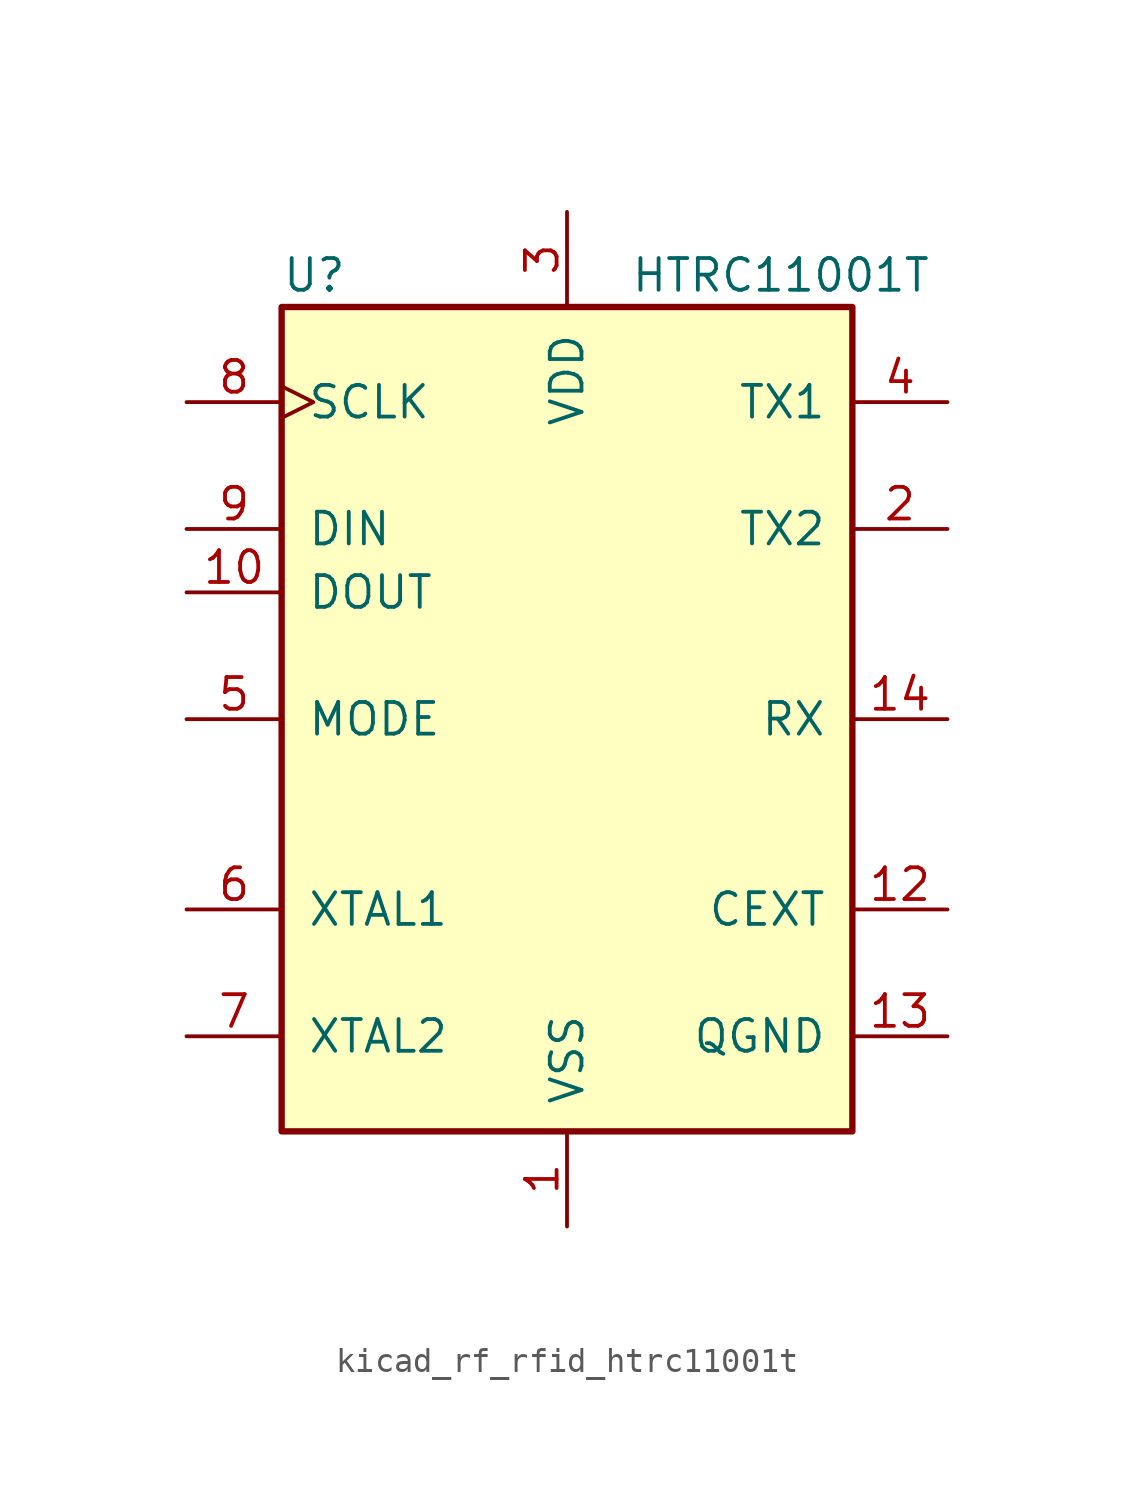
<source format=kicad_sym>
(kicad_symbol_lib
  (version 20220914)
  (generator kicad_symbol_editor)
  (symbol "kicad_rf_rfid_htrc11001t"
    (pin_names
      (offset 1.016))
    (property "Reference" "U"
      (at -11.43 17.78 0)
      (effects (font (size 1.27 1.27)) (justify left)))
    (property "Value" "HTRC11001T"
      (at 2.54 17.78 0)
      (effects (font (size 1.27 1.27)) (justify left)))
    (symbol "kicad_rf_rfid_htrc11001t_0_1"
      (rectangle (start -11.43 16.51) (end 11.43 -16.51) (stroke (width 0.254) (type default)) (fill (type background))))
    (symbol "kicad_rf_rfid_htrc11001t_1_1"
      (pin power_in line (at 0 -20.32 90) (length 3.81) (name "VSS" (effects (font (size 1.27 1.27)))) (number "1" (effects (font (size 1.27 1.27)))))
      (pin output line (at -15.24 5.08 0) (length 3.81) (name "DOUT" (effects (font (size 1.27 1.27)))) (number "10" (effects (font (size 1.27 1.27)))))
      (pin passive line (at 15.24 -7.62 180) (length 3.81) (name "CEXT" (effects (font (size 1.27 1.27)))) (number "12" (effects (font (size 1.27 1.27)))))
      (pin passive line (at 15.24 -12.7 180) (length 3.81) (name "QGND" (effects (font (size 1.27 1.27)))) (number "13" (effects (font (size 1.27 1.27)))))
      (pin input line (at 15.24 0 180) (length 3.81) (name "RX" (effects (font (size 1.27 1.27)))) (number "14" (effects (font (size 1.27 1.27)))))
      (pin output line (at 15.24 7.62 180) (length 3.81) (name "TX2" (effects (font (size 1.27 1.27)))) (number "2" (effects (font (size 1.27 1.27)))))
      (pin power_in line (at 0 20.32 270) (length 3.81) (name "VDD" (effects (font (size 1.27 1.27)))) (number "3" (effects (font (size 1.27 1.27)))))
      (pin output line (at 15.24 12.7 180) (length 3.81) (name "TX1" (effects (font (size 1.27 1.27)))) (number "4" (effects (font (size 1.27 1.27)))))
      (pin input line (at -15.24 0 0) (length 3.81) (name "MODE" (effects (font (size 1.27 1.27)))) (number "5" (effects (font (size 1.27 1.27)))))
      (pin input line (at -15.24 -7.62 0) (length 3.81) (name "XTAL1" (effects (font (size 1.27 1.27)))) (number "6" (effects (font (size 1.27 1.27)))))
      (pin output line (at -15.24 -12.7 0) (length 3.81) (name "XTAL2" (effects (font (size 1.27 1.27)))) (number "7" (effects (font (size 1.27 1.27)))))
      (pin input clock (at -15.24 12.7 0) (length 3.81) (name "SCLK" (effects (font (size 1.27 1.27)))) (number "8" (effects (font (size 1.27 1.27)))))
      (pin input line (at -15.24 7.62 0) (length 3.81) (name "DIN" (effects (font (size 1.27 1.27)))) (number "9" (effects (font (size 1.27 1.27))))))))
</source>
